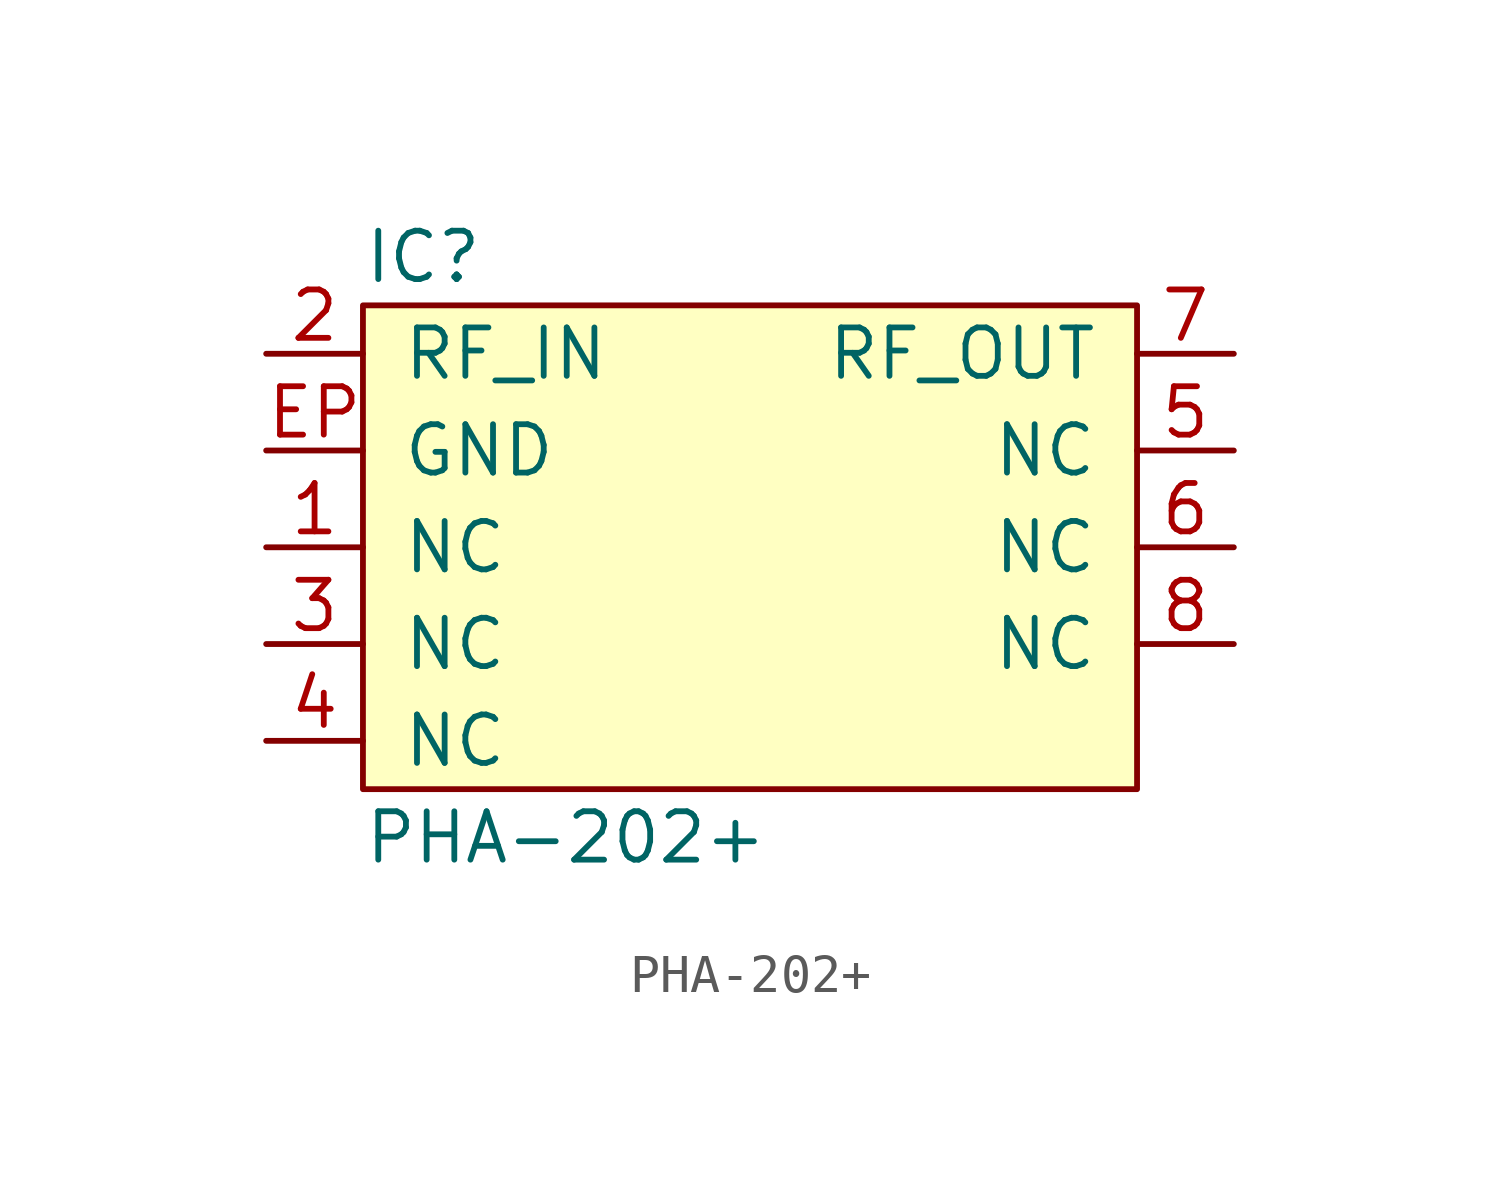
<source format=kicad_sym>
(kicad_symbol_lib
  (version 20211014)
  (generator agg_kicad.build_lib_ic)
  (symbol "PHA-202+"
    (pin_names
      (offset 1.016))
    (property Reference IC
      (at -10.16 7.62 0)
      (effects (font (size 1.27 1.27)) (justify left)))
    (property Value "PHA-202+"
      (at -10.16 -7.62 0)
      (effects (font (size 1.27 1.27)) (justify left)))
    (symbol "PHA-202+_0_0"
      (rectangle (start -10.16 6.35) (end 10.16 -6.35) (stroke (width 0) (type default) (color 0 0 0 0)) (fill (type background)))
      (pin input line (at -12.7 5.08 0) (length 2.54) (name RF_IN (effects (font (size 1.27 1.27)))) (number "2" (effects (font (size 1.27 1.27)))))
      (pin power_in line (at -12.7 2.54 0) (length 2.54) (name GND (effects (font (size 1.27 1.27)))) (number EP (effects (font (size 1.27 1.27)))))
      (pin power_in line (at -12.7 0 0) (length 2.54) (name NC (effects (font (size 1.27 1.27)))) (number "1" (effects (font (size 1.27 1.27)))))
      (pin power_in line (at -12.7 -2.54 0) (length 2.54) (name NC (effects (font (size 1.27 1.27)))) (number "3" (effects (font (size 1.27 1.27)))))
      (pin power_in line (at -12.7 -5.08 0) (length 2.54) (name NC (effects (font (size 1.27 1.27)))) (number "4" (effects (font (size 1.27 1.27)))))
      (pin output line (at 12.7 5.08 180) (length 2.54) (name RF_OUT (effects (font (size 1.27 1.27)))) (number "7" (effects (font (size 1.27 1.27)))))
      (pin power_in line (at 12.7 2.54 180) (length 2.54) (name NC (effects (font (size 1.27 1.27)))) (number "5" (effects (font (size 1.27 1.27)))))
      (pin power_in line (at 12.7 0 180) (length 2.54) (name NC (effects (font (size 1.27 1.27)))) (number "6" (effects (font (size 1.27 1.27)))))
      (pin power_in line (at 12.7 -2.54 180) (length 2.54) (name NC (effects (font (size 1.27 1.27)))) (number "8" (effects (font (size 1.27 1.27))))))))
</source>
